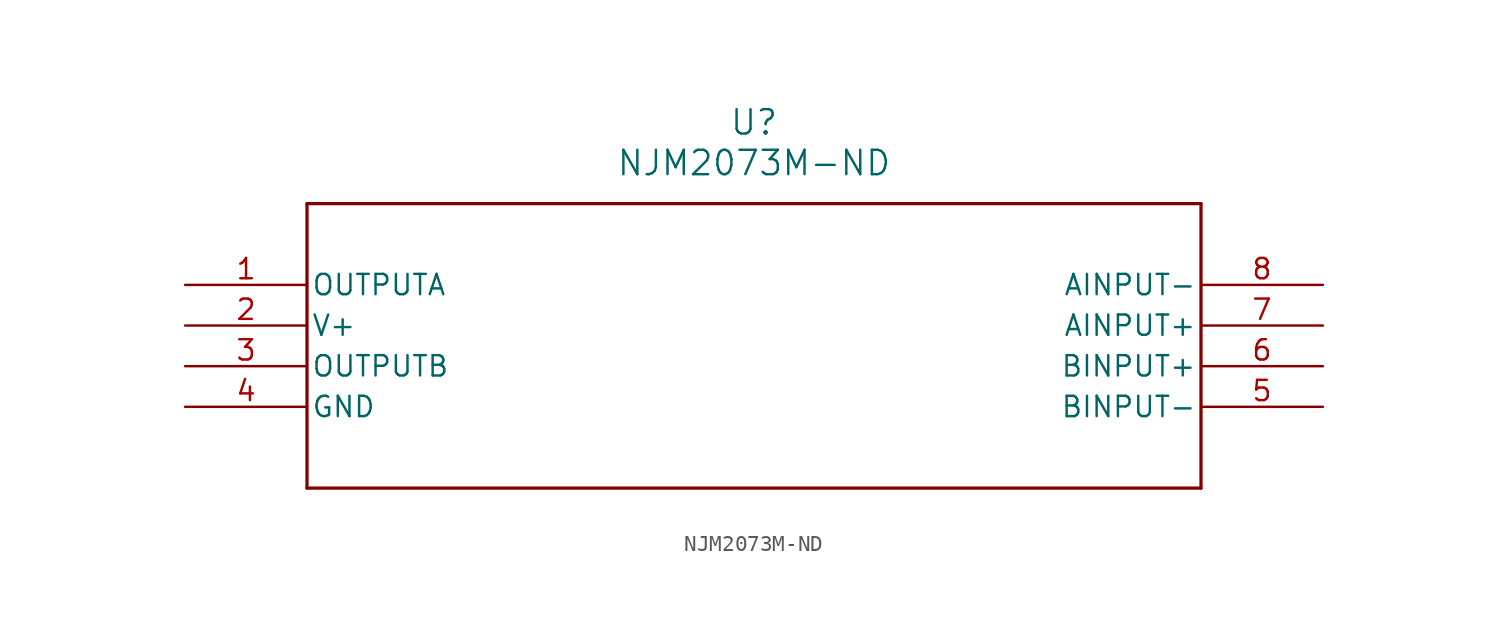
<source format=kicad_sym>
(kicad_symbol_lib
  (version 20211014)
  (generator kicad_symbol_editor)
  (symbol "NJM2073M-ND"
    (pin_names
      (offset 0.254))
    (property "Reference" "U"
      (at 35.56 10.16 0)
      (effects (font (size 1.524 1.524))))
    (property "Value" "NJM2073M-ND"
      (at 35.56 7.62 0)
      (effects (font (size 1.524 1.524))))
    (symbol "NJM2073M-ND_0_1"
      (polyline (pts (xy 7.62 5.08) (xy 7.62 -12.7)) (stroke (width 0.203) (type default) (color 0 0 0 0)) (fill (type none)))
      (polyline (pts (xy 7.62 -12.7) (xy 63.5 -12.7)) (stroke (width 0.203) (type default) (color 0 0 0 0)) (fill (type none)))
      (polyline (pts (xy 63.5 -12.7) (xy 63.5 5.08)) (stroke (width 0.203) (type default) (color 0 0 0 0)) (fill (type none)))
      (polyline (pts (xy 63.5 5.08) (xy 7.62 5.08)) (stroke (width 0.203) (type default) (color 0 0 0 0)) (fill (type none)))
      (pin output line (at 0 0 0) (length 7.62) (name "OUTPUTA" (effects (font (size 1.27 1.27)))) (number "1" (effects (font (size 1.27 1.27)))))
      (pin power_in line (at 0 -2.54 0) (length 7.62) (name "V+" (effects (font (size 1.27 1.27)))) (number "2" (effects (font (size 1.27 1.27)))))
      (pin output line (at 0 -5.08 0) (length 7.62) (name "OUTPUTB" (effects (font (size 1.27 1.27)))) (number "3" (effects (font (size 1.27 1.27)))))
      (pin power_in line (at 0 -7.62 0) (length 7.62) (name "GND" (effects (font (size 1.27 1.27)))) (number "4" (effects (font (size 1.27 1.27)))))
      (pin input line (at 71.12 -7.62 180) (length 7.62) (name "BINPUT-" (effects (font (size 1.27 1.27)))) (number "5" (effects (font (size 1.27 1.27)))))
      (pin input line (at 71.12 -5.08 180) (length 7.62) (name "BINPUT+" (effects (font (size 1.27 1.27)))) (number "6" (effects (font (size 1.27 1.27)))))
      (pin input line (at 71.12 -2.54 180) (length 7.62) (name "AINPUT+" (effects (font (size 1.27 1.27)))) (number "7" (effects (font (size 1.27 1.27)))))
      (pin input line (at 71.12 0 180) (length 7.62) (name "AINPUT-" (effects (font (size 1.27 1.27)))) (number "8" (effects (font (size 1.27 1.27))))))))
</source>
